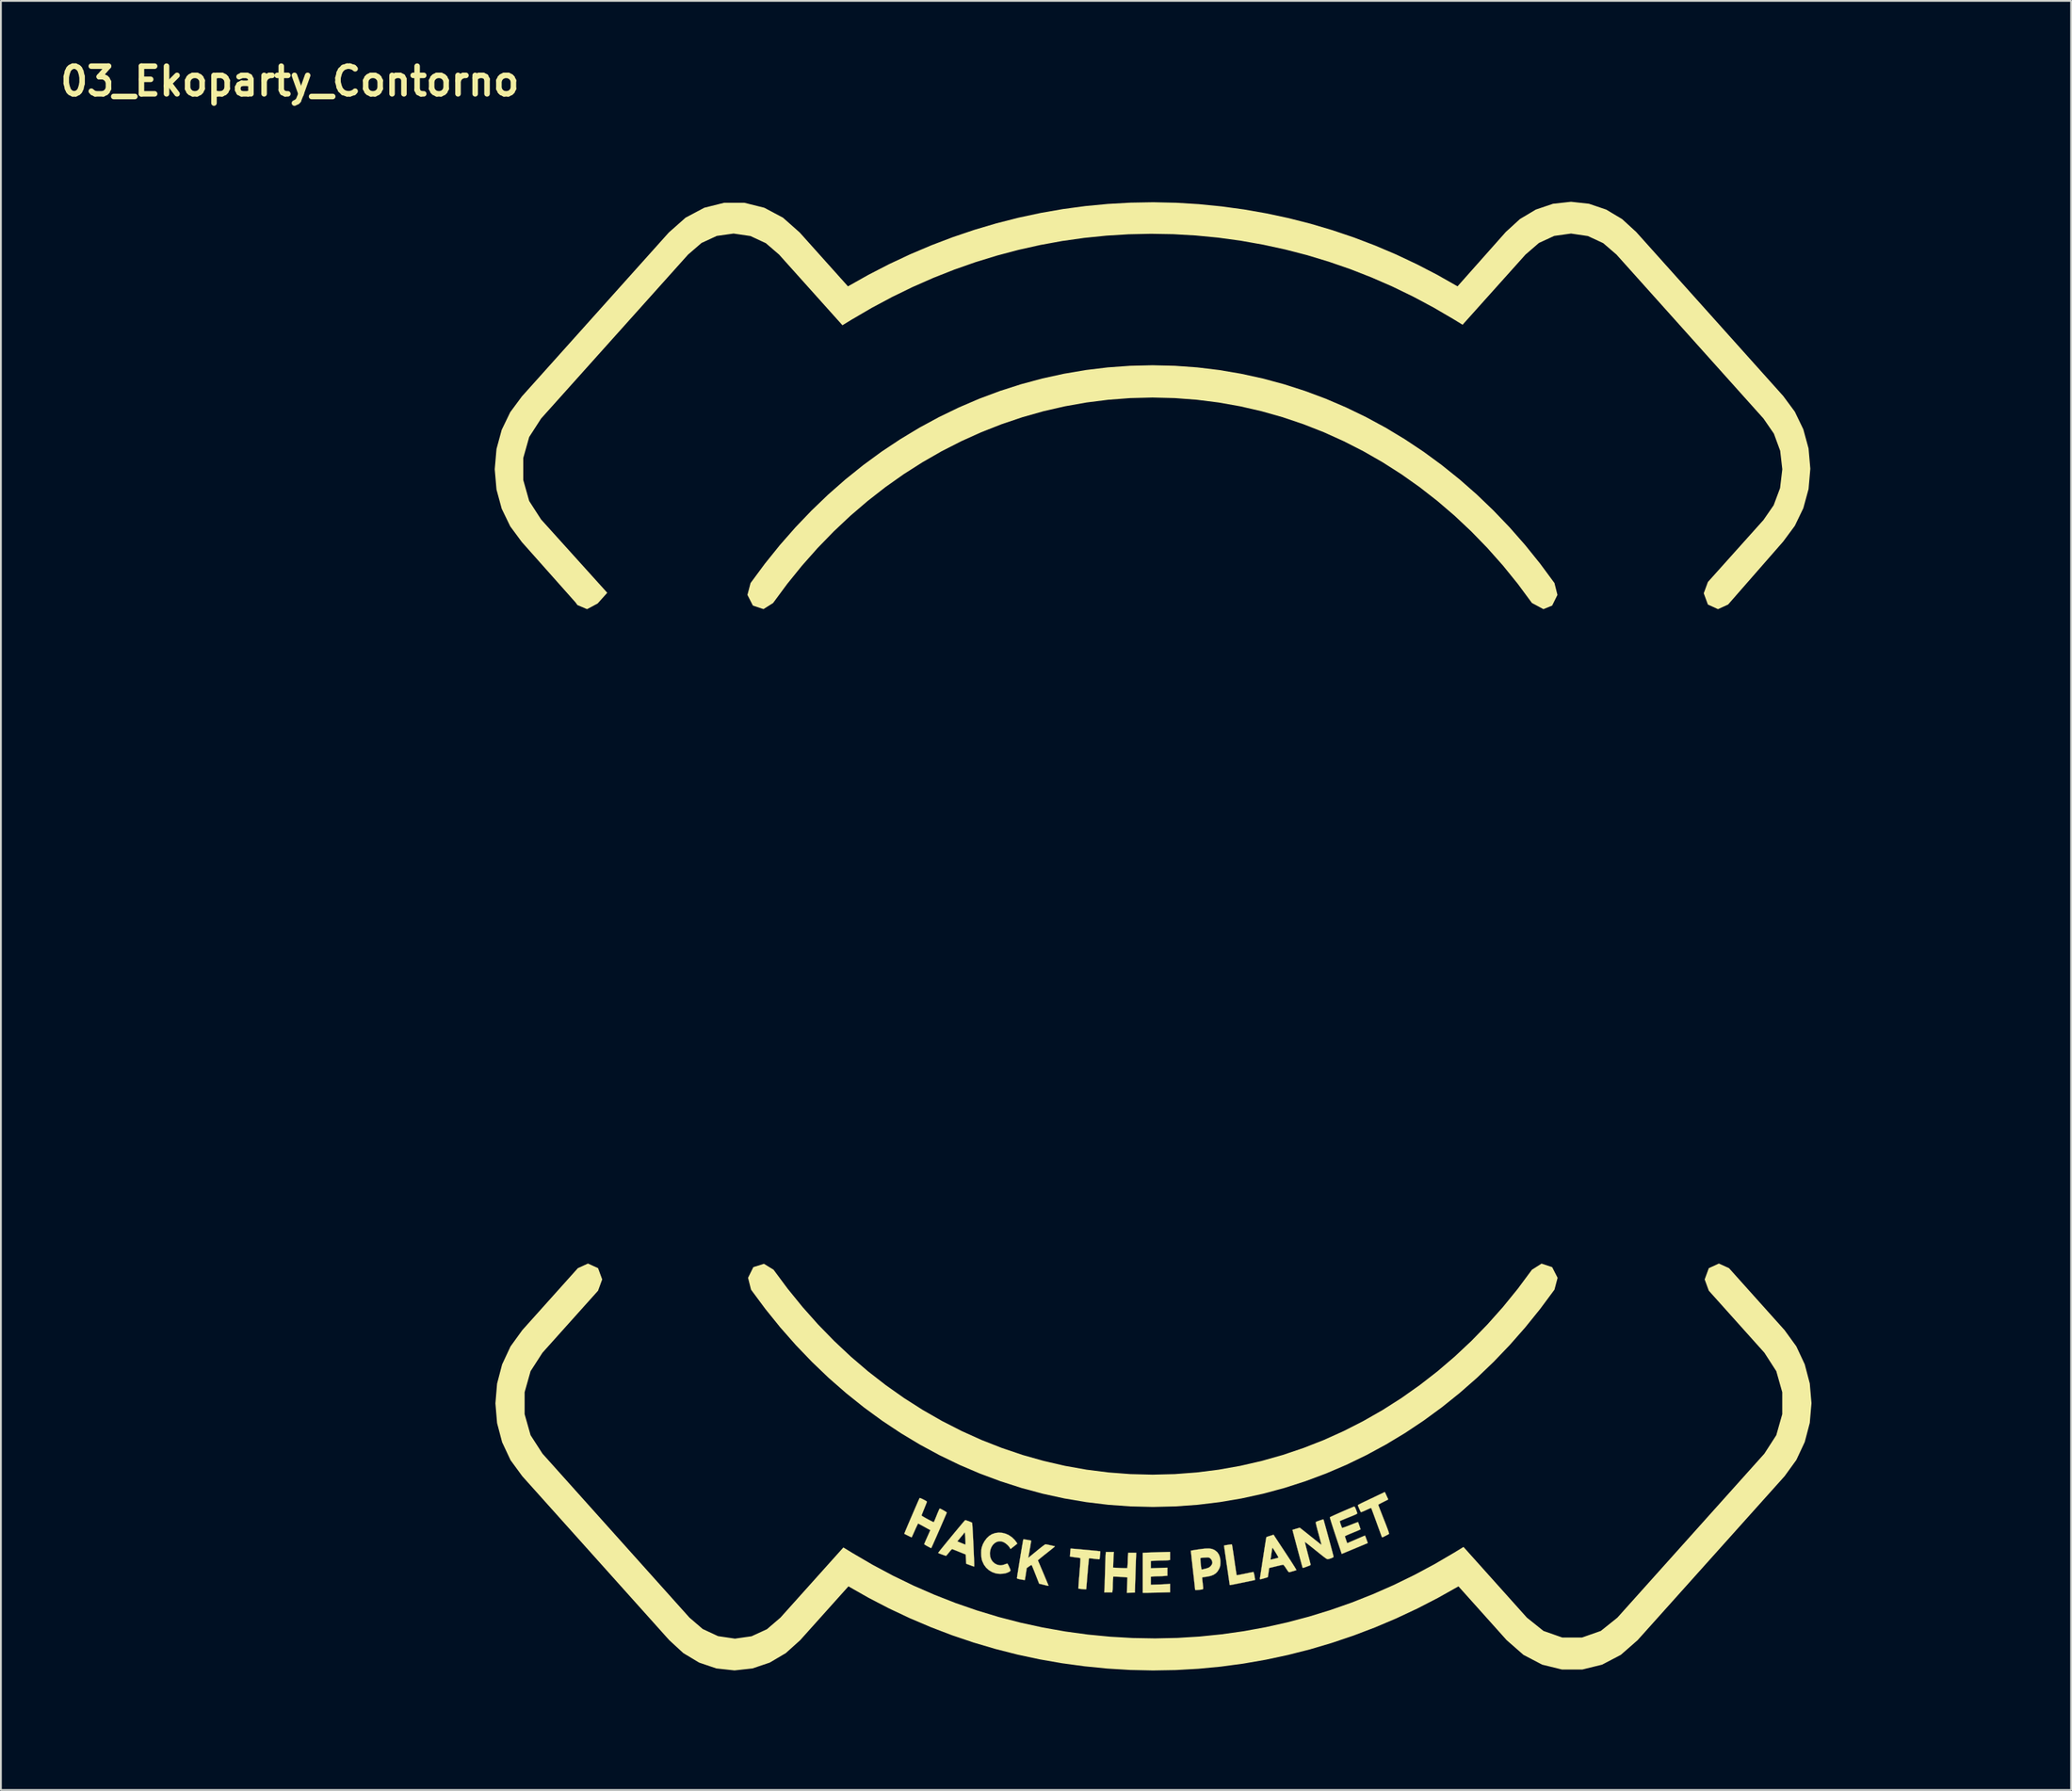
<source format=kicad_pcb>
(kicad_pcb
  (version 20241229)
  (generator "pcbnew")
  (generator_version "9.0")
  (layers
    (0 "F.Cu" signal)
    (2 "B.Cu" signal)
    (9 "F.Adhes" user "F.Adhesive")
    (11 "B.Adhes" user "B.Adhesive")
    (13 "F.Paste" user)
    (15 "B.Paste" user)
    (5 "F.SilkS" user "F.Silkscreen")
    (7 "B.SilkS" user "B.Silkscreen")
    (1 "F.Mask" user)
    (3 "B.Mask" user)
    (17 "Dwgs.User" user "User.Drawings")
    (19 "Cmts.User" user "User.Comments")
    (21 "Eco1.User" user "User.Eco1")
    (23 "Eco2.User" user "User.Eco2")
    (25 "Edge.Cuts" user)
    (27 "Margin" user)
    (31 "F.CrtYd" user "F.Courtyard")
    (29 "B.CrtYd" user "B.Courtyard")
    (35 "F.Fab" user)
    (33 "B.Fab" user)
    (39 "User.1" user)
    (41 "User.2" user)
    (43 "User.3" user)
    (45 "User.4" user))
  (footprint "03_Ekoparty_Contorno"
    (layer "F.Cu")
    (at 12.896 4.474)
    (property "Reference" "03_Ekoparty_Contorno" (at 0 -3.048 0) (layer "F.SilkS") (effects (font (size 1.524 1.524) (thickness 0.305))))
    (attr exclude_from_pos_files exclude_from_bom)
    (fp_poly (pts (xy 48.428 78.339) (xy 48.33 78.352) (xy 48.26 78.359) (xy 48.166 78.364) (xy 48.069 78.366) (xy 48.058 78.366) (xy 47.963 78.367) (xy 47.844 78.37) (xy 47.716 78.375) (xy 47.627 78.38) (xy 47.37 78.394) (xy 47.37 78.795) (xy 47.825 78.779) (xy 48.28 78.764) (xy 48.28 79.206) (xy 48.105 79.22) (xy 47.997 79.227) (xy 47.881 79.232) (xy 47.781 79.234) (xy 47.78 79.234) (xy 47.679 79.236) (xy 47.571 79.241) (xy 47.5 79.247) (xy 47.37 79.261) (xy 47.37 79.704) (xy 47.767 79.691) (xy 47.903 79.686) (xy 48.034 79.68) (xy 48.151 79.674) (xy 48.244 79.669) (xy 48.296 79.665) (xy 48.428 79.654) (xy 48.428 80.116) (xy 47.904 80.13) (xy 47.744 80.134) (xy 47.583 80.137) (xy 47.431 80.14) (xy 47.297 80.143) (xy 47.192 80.144) (xy 47.153 80.144) (xy 46.925 80.144) (xy 46.925 77.947) (xy 47.185 77.934) (xy 47.285 77.93) (xy 47.417 77.925) (xy 47.57 77.92) (xy 47.733 77.915) (xy 47.895 77.91) (xy 47.936 77.909) (xy 48.428 77.896) (xy 48.428 78.339)) (stroke (width 0.01) (type solid)) (fill yes) (layer "F.SilkS"))
    (fp_poly (pts (xy 45.328 77.98) (xy 45.324 78.028) (xy 45.319 78.109) (xy 45.314 78.214) (xy 45.309 78.333) (xy 45.306 78.41) (xy 45.294 78.761) (xy 45.565 78.775) (xy 45.681 78.781) (xy 45.793 78.785) (xy 45.89 78.788) (xy 45.954 78.789) (xy 46.073 78.789) (xy 46.086 78.678) (xy 46.093 78.6) (xy 46.098 78.501) (xy 46.1 78.401) (xy 46.1 78.398) (xy 46.102 78.291) (xy 46.107 78.178) (xy 46.114 78.085) (xy 46.127 77.943) (xy 46.565 77.943) (xy 46.552 78.265) (xy 46.548 78.365) (xy 46.544 78.499) (xy 46.538 78.66) (xy 46.532 78.84) (xy 46.526 79.032) (xy 46.52 79.228) (xy 46.516 79.361) (xy 46.491 80.133) (xy 46.271 80.139) (xy 46.051 80.145) (xy 46.066 79.723) (xy 46.081 79.3) (xy 45.99 79.289) (xy 45.935 79.284) (xy 45.849 79.278) (xy 45.742 79.271) (xy 45.625 79.265) (xy 45.6 79.264) (xy 45.302 79.251) (xy 45.288 79.428) (xy 45.281 79.539) (xy 45.276 79.66) (xy 45.275 79.765) (xy 45.275 79.765) (xy 45.273 79.86) (xy 45.268 79.954) (xy 45.261 80.024) (xy 45.247 80.123) (xy 44.806 80.123) (xy 44.818 79.98) (xy 44.821 79.927) (xy 44.825 79.837) (xy 44.83 79.716) (xy 44.835 79.569) (xy 44.84 79.403) (xy 44.845 79.222) (xy 44.851 79.032) (xy 44.851 79.001) (xy 44.857 78.811) (xy 44.862 78.629) (xy 44.867 78.461) (xy 44.872 78.313) (xy 44.877 78.189) (xy 44.881 78.096) (xy 44.885 78.038) (xy 44.885 78.032) (xy 44.897 77.9) (xy 45.338 77.9) (xy 45.328 77.98)) (stroke (width 0.01) (type solid)) (fill yes) (layer "F.SilkS"))
    (fp_poly (pts (xy 39.193 76.846) (xy 39.382 76.894) (xy 39.562 76.977) (xy 39.729 77.091) (xy 39.878 77.236) (xy 39.97 77.357) (xy 40.024 77.439) (xy 39.913 77.528) (xy 39.841 77.585) (xy 39.769 77.642) (xy 39.725 77.675) (xy 39.647 77.734) (xy 39.614 77.671) (xy 39.559 77.591) (xy 39.478 77.506) (xy 39.383 77.427) (xy 39.286 77.366) (xy 39.273 77.359) (xy 39.143 77.316) (xy 39.014 77.312) (xy 38.893 77.343) (xy 38.781 77.407) (xy 38.684 77.499) (xy 38.605 77.617) (xy 38.548 77.758) (xy 38.518 77.917) (xy 38.514 77.995) (xy 38.531 78.157) (xy 38.583 78.304) (xy 38.665 78.429) (xy 38.774 78.528) (xy 38.907 78.596) (xy 38.942 78.607) (xy 39.054 78.63) (xy 39.157 78.629) (xy 39.268 78.605) (xy 39.356 78.574) (xy 39.418 78.552) (xy 39.464 78.541) (xy 39.479 78.54) (xy 39.495 78.561) (xy 39.524 78.612) (xy 39.559 78.685) (xy 39.583 78.736) (xy 39.623 78.828) (xy 39.645 78.891) (xy 39.643 78.934) (xy 39.615 78.967) (xy 39.557 79) (xy 39.475 79.038) (xy 39.367 79.073) (xy 39.233 79.094) (xy 39.087 79.102) (xy 38.944 79.094) (xy 38.835 79.075) (xy 38.635 79.004) (xy 38.459 78.898) (xy 38.308 78.761) (xy 38.187 78.597) (xy 38.099 78.407) (xy 38.069 78.31) (xy 38.05 78.201) (xy 38.039 78.069) (xy 38.037 77.928) (xy 38.043 77.793) (xy 38.059 77.68) (xy 38.066 77.651) (xy 38.131 77.468) (xy 38.226 77.296) (xy 38.342 77.143) (xy 38.476 77.017) (xy 38.62 76.925) (xy 38.63 76.921) (xy 38.812 76.857) (xy 39.002 76.833) (xy 39.193 76.846)) (stroke (width 0.01) (type solid)) (fill yes) (layer "F.SilkS"))
    (fp_poly (pts (xy 51.829 77.484) (xy 51.835 77.508) (xy 51.847 77.569) (xy 51.862 77.662) (xy 51.881 77.784) (xy 51.904 77.93) (xy 51.928 78.095) (xy 51.954 78.274) (xy 51.963 78.334) (xy 51.989 78.517) (xy 52.014 78.687) (xy 52.037 78.838) (xy 52.056 78.967) (xy 52.072 79.07) (xy 52.084 79.141) (xy 52.091 79.176) (xy 52.092 79.178) (xy 52.114 79.177) (xy 52.172 79.168) (xy 52.259 79.152) (xy 52.368 79.13) (xy 52.495 79.105) (xy 52.545 79.094) (xy 52.678 79.067) (xy 52.796 79.042) (xy 52.895 79.023) (xy 52.968 79.009) (xy 53.008 79.002) (xy 53.013 79.001) (xy 53.024 79.02) (xy 53.04 79.071) (xy 53.057 79.142) (xy 53.073 79.224) (xy 53.087 79.305) (xy 53.097 79.375) (xy 53.1 79.424) (xy 53.097 79.441) (xy 53.075 79.447) (xy 53.017 79.46) (xy 52.93 79.479) (xy 52.82 79.502) (xy 52.691 79.529) (xy 52.551 79.558) (xy 52.405 79.588) (xy 52.26 79.617) (xy 52.12 79.645) (xy 51.993 79.671) (xy 51.884 79.692) (xy 51.799 79.708) (xy 51.744 79.718) (xy 51.726 79.721) (xy 51.709 79.706) (xy 51.709 79.705) (xy 51.706 79.681) (xy 51.697 79.62) (xy 51.684 79.525) (xy 51.665 79.4) (xy 51.643 79.249) (xy 51.618 79.076) (xy 51.59 78.885) (xy 51.56 78.681) (xy 51.551 78.621) (xy 51.521 78.413) (xy 51.492 78.219) (xy 51.467 78.042) (xy 51.444 77.886) (xy 51.426 77.755) (xy 51.411 77.652) (xy 51.402 77.583) (xy 51.398 77.55) (xy 51.398 77.548) (xy 51.423 77.54) (xy 51.478 77.528) (xy 51.553 77.516) (xy 51.635 77.503) (xy 51.715 77.492) (xy 51.781 77.485) (xy 51.822 77.483) (xy 51.829 77.484)) (stroke (width 0.01) (type solid)) (fill yes) (layer "F.SilkS"))
    (fp_poly (pts (xy 60.336 74.801) (xy 60.374 74.885) (xy 60.405 74.952) (xy 60.425 74.996) (xy 60.43 75.008) (xy 60.412 75.018) (xy 60.363 75.044) (xy 60.289 75.081) (xy 60.197 75.127) (xy 60.155 75.149) (xy 60.057 75.198) (xy 59.975 75.242) (xy 59.914 75.276) (xy 59.883 75.297) (xy 59.879 75.301) (xy 59.887 75.324) (xy 59.908 75.382) (xy 59.942 75.47) (xy 59.986 75.586) (xy 60.04 75.723) (xy 60.1 75.878) (xy 60.166 76.047) (xy 60.189 76.104) (xy 60.269 76.307) (xy 60.334 76.475) (xy 60.385 76.61) (xy 60.423 76.715) (xy 60.45 76.794) (xy 60.466 76.85) (xy 60.474 76.886) (xy 60.472 76.905) (xy 60.469 76.909) (xy 60.436 76.928) (xy 60.379 76.959) (xy 60.309 76.996) (xy 60.236 77.033) (xy 60.17 77.065) (xy 60.122 77.088) (xy 60.102 77.096) (xy 60.087 77.078) (xy 60.068 77.038) (xy 60.055 77.005) (xy 60.03 76.937) (xy 59.995 76.839) (xy 59.95 76.716) (xy 59.897 76.572) (xy 59.839 76.413) (xy 59.777 76.242) (xy 59.773 76.231) (xy 59.712 76.063) (xy 59.655 75.907) (xy 59.604 75.769) (xy 59.561 75.652) (xy 59.527 75.561) (xy 59.504 75.5) (xy 59.493 75.475) (xy 59.493 75.474) (xy 59.471 75.48) (xy 59.419 75.5) (xy 59.343 75.533) (xy 59.249 75.576) (xy 59.212 75.593) (xy 59.114 75.638) (xy 59.029 75.674) (xy 58.965 75.697) (xy 58.929 75.706) (xy 58.925 75.705) (xy 58.909 75.678) (xy 58.883 75.624) (xy 58.85 75.553) (xy 58.816 75.476) (xy 58.787 75.405) (xy 58.765 75.351) (xy 58.758 75.324) (xy 58.776 75.31) (xy 58.827 75.28) (xy 58.905 75.239) (xy 59.005 75.189) (xy 59.121 75.133) (xy 59.165 75.112) (xy 59.315 75.041) (xy 59.48 74.962) (xy 59.646 74.884) (xy 59.798 74.811) (xy 59.907 74.759) (xy 60.242 74.599) (xy 60.336 74.801)) (stroke (width 0.01) (type solid)) (fill yes) (layer "F.SilkS"))
    (fp_poly (pts (xy 42.98 77.712) (xy 43.038 77.716) (xy 43.128 77.723) (xy 43.243 77.733) (xy 43.377 77.744) (xy 43.526 77.758) (xy 43.684 77.772) (xy 43.845 77.787) (xy 44.003 77.802) (xy 44.153 77.816) (xy 44.289 77.83) (xy 44.407 77.842) (xy 44.499 77.852) (xy 44.561 77.859) (xy 44.587 77.863) (xy 44.588 77.863) (xy 44.589 77.887) (xy 44.586 77.941) (xy 44.58 78.015) (xy 44.572 78.098) (xy 44.563 78.178) (xy 44.555 78.246) (xy 44.548 78.289) (xy 44.545 78.298) (xy 44.521 78.3) (xy 44.463 78.296) (xy 44.379 78.288) (xy 44.278 78.276) (xy 44.256 78.273) (xy 44.152 78.261) (xy 44.064 78.252) (xy 44 78.247) (xy 43.968 78.248) (xy 43.967 78.249) (xy 43.962 78.271) (xy 43.955 78.332) (xy 43.946 78.426) (xy 43.934 78.548) (xy 43.92 78.694) (xy 43.906 78.86) (xy 43.891 79.04) (xy 43.885 79.101) (xy 43.87 79.285) (xy 43.856 79.456) (xy 43.843 79.608) (xy 43.833 79.738) (xy 43.824 79.84) (xy 43.818 79.911) (xy 43.815 79.945) (xy 43.815 79.948) (xy 43.794 79.951) (xy 43.74 79.95) (xy 43.66 79.946) (xy 43.564 79.938) (xy 43.525 79.934) (xy 43.455 79.926) (xy 43.403 79.917) (xy 43.384 79.911) (xy 43.383 79.888) (xy 43.386 79.828) (xy 43.392 79.735) (xy 43.4 79.613) (xy 43.411 79.467) (xy 43.424 79.303) (xy 43.439 79.123) (xy 43.443 79.075) (xy 43.46 78.863) (xy 43.474 78.677) (xy 43.485 78.52) (xy 43.492 78.395) (xy 43.495 78.304) (xy 43.495 78.251) (xy 43.492 78.237) (xy 43.464 78.229) (xy 43.403 78.218) (xy 43.321 78.206) (xy 43.257 78.198) (xy 43.159 78.186) (xy 43.07 78.174) (xy 43.004 78.164) (xy 42.98 78.16) (xy 42.919 78.148) (xy 42.934 77.934) (xy 42.941 77.844) (xy 42.948 77.771) (xy 42.955 77.724) (xy 42.958 77.712) (xy 42.98 77.712)) (stroke (width 0.01) (type solid)) (fill yes) (layer "F.SilkS"))
    (fp_poly (pts (xy 47.487 75.421) (xy 46.253 75.391) (xy 45.029 75.303) (xy 43.815 75.156) (xy 42.614 74.953) (xy 41.427 74.693) (xy 40.254 74.377) (xy 39.098 74.006) (xy 37.959 73.581) (xy 36.839 73.103) (xy 35.74 72.571) (xy 34.662 71.988) (xy 33.608 71.354) (xy 32.578 70.669) (xy 31.573 69.934) (xy 30.596 69.15) (xy 29.646 68.319) (xy 28.727 67.439) (xy 27.839 66.513) (xy 26.983 65.541) (xy 26.161 64.523) (xy 25.374 63.462) (xy 25.209 62.809) (xy 25.5 62.221) (xy 26.085 62.037) (xy 26.612 62.362) (xy 27.393 63.413) (xy 28.21 64.418) (xy 29.062 65.376) (xy 29.948 66.286) (xy 30.865 67.147) (xy 31.813 67.958) (xy 32.79 68.718) (xy 33.795 69.428) (xy 34.826 70.085) (xy 35.881 70.689) (xy 36.959 71.24) (xy 38.059 71.736) (xy 39.18 72.176) (xy 40.319 72.561) (xy 41.475 72.888) (xy 42.647 73.158) (xy 43.833 73.369) (xy 45.032 73.521) (xy 46.242 73.613) (xy 47.462 73.644) (xy 48.686 73.613) (xy 49.899 73.521) (xy 51.101 73.369) (xy 52.29 73.158) (xy 53.464 72.888) (xy 54.622 72.561) (xy 55.763 72.176) (xy 56.885 71.736) (xy 57.986 71.24) (xy 59.065 70.689) (xy 60.122 70.085) (xy 61.153 69.428) (xy 62.158 68.718) (xy 63.136 67.958) (xy 64.084 67.147) (xy 65.002 66.286) (xy 65.887 65.376) (xy 66.74 64.418) (xy 67.557 63.413) (xy 68.337 62.362) (xy 68.865 62.027) (xy 69.449 62.221) (xy 69.749 62.809) (xy 69.576 63.462) (xy 68.789 64.523) (xy 67.967 65.541) (xy 67.112 66.513) (xy 66.225 67.439) (xy 65.307 68.319) (xy 64.359 69.15) (xy 63.383 69.934) (xy 62.38 70.669) (xy 61.352 71.354) (xy 60.299 71.988) (xy 59.223 72.571) (xy 58.125 73.103) (xy 57.007 73.581) (xy 55.87 74.006) (xy 54.716 74.377) (xy 53.544 74.693) (xy 52.358 74.953) (xy 51.158 75.156) (xy 49.945 75.303) (xy 48.721 75.391) (xy 47.487 75.421)) (stroke (width 0) (type solid)) (fill yes) (layer "F.SilkS"))
    (fp_poly (pts (xy 68.969 26.005) (xy 68.337 25.667) (xy 67.557 24.611) (xy 66.74 23.602) (xy 65.887 22.641) (xy 65.002 21.729) (xy 64.084 20.865) (xy 63.136 20.052) (xy 62.158 19.289) (xy 61.153 18.578) (xy 60.122 17.92) (xy 59.065 17.314) (xy 57.986 16.763) (xy 56.885 16.266) (xy 55.763 15.825) (xy 54.622 15.44) (xy 53.464 15.112) (xy 52.29 14.842) (xy 51.101 14.631) (xy 49.899 14.479) (xy 48.686 14.387) (xy 47.462 14.356) (xy 46.238 14.387) (xy 45.025 14.479) (xy 43.823 14.631) (xy 42.634 14.842) (xy 41.46 15.112) (xy 40.302 15.44) (xy 39.161 15.825) (xy 38.04 16.266) (xy 36.938 16.763) (xy 35.859 17.314) (xy 34.803 17.92) (xy 33.771 18.578) (xy 32.766 19.289) (xy 31.789 20.052) (xy 30.84 20.865) (xy 29.922 21.729) (xy 29.037 22.641) (xy 28.185 23.602) (xy 27.368 24.611) (xy 26.587 25.667) (xy 26.059 26.002) (xy 25.475 25.808) (xy 25.175 25.219) (xy 25.348 24.567) (xy 26.136 23.501) (xy 26.958 22.48) (xy 27.814 21.505) (xy 28.702 20.576) (xy 29.621 19.694) (xy 30.57 18.86) (xy 31.548 18.074) (xy 32.552 17.338) (xy 33.583 16.652) (xy 34.637 16.016) (xy 35.715 15.432) (xy 36.814 14.9) (xy 37.934 14.42) (xy 39.072 13.995) (xy 40.229 13.624) (xy 41.401 13.308) (xy 42.589 13.048) (xy 43.79 12.844) (xy 45.004 12.697) (xy 46.228 12.609) (xy 47.462 12.579) (xy 48.696 12.609) (xy 49.921 12.697) (xy 51.134 12.844) (xy 52.335 13.048) (xy 53.523 13.308) (xy 54.695 13.624) (xy 55.852 13.995) (xy 56.99 14.42) (xy 58.11 14.9) (xy 59.209 15.432) (xy 60.287 16.016) (xy 61.342 16.652) (xy 62.372 17.338) (xy 63.376 18.074) (xy 64.354 18.86) (xy 65.303 19.694) (xy 66.222 20.576) (xy 67.111 21.505) (xy 67.967 22.48) (xy 68.789 23.501) (xy 69.576 24.567) (xy 69.74 25.219) (xy 69.449 25.808) (xy 68.969 26.005)) (stroke (width 0) (type solid)) (fill yes) (layer "F.SilkS"))
    (fp_poly (pts (xy 37.186 76.152) (xy 37.244 76.17) (xy 37.318 76.196) (xy 37.395 76.225) (xy 37.465 76.255) (xy 37.517 76.279) (xy 37.535 76.292) (xy 37.54 76.316) (xy 37.546 76.378) (xy 37.553 76.474) (xy 37.561 76.601) (xy 37.571 76.754) (xy 37.58 76.93) (xy 37.59 77.123) (xy 37.6 77.331) (xy 37.603 77.406) (xy 37.615 77.673) (xy 37.626 77.901) (xy 37.634 78.093) (xy 37.641 78.251) (xy 37.646 78.38) (xy 37.649 78.482) (xy 37.651 78.56) (xy 37.652 78.617) (xy 37.651 78.657) (xy 37.649 78.682) (xy 37.646 78.696) (xy 37.643 78.702) (xy 37.639 78.702) (xy 37.613 78.694) (xy 37.557 78.674) (xy 37.48 78.646) (xy 37.418 78.623) (xy 37.214 78.547) (xy 37.199 78.292) (xy 37.184 78.037) (xy 36.832 77.895) (xy 36.716 77.848) (xy 36.613 77.807) (xy 36.529 77.774) (xy 36.471 77.751) (xy 36.448 77.742) (xy 36.419 77.752) (xy 36.37 77.798) (xy 36.3 77.88) (xy 36.268 77.92) (xy 36.207 77.996) (xy 36.155 78.057) (xy 36.116 78.098) (xy 36.099 78.111) (xy 36.073 78.104) (xy 36.018 78.086) (xy 35.945 78.06) (xy 35.863 78.031) (xy 35.785 78.002) (xy 35.72 77.976) (xy 35.678 77.958) (xy 35.669 77.953) (xy 35.68 77.936) (xy 35.715 77.889) (xy 35.771 77.817) (xy 35.846 77.724) (xy 35.936 77.612) (xy 36.039 77.486) (xy 36.15 77.349) (xy 36.178 77.315) (xy 36.721 77.315) (xy 36.939 77.405) (xy 37.027 77.441) (xy 37.1 77.47) (xy 37.15 77.49) (xy 37.168 77.496) (xy 37.171 77.477) (xy 37.173 77.425) (xy 37.173 77.349) (xy 37.171 77.292) (xy 37.167 77.183) (xy 37.16 77.071) (xy 37.153 76.976) (xy 37.15 76.95) (xy 37.136 76.815) (xy 36.721 77.315) (xy 36.178 77.315) (xy 36.269 77.205) (xy 36.391 77.056) (xy 36.513 76.908) (xy 36.633 76.763) (xy 36.747 76.626) (xy 36.853 76.498) (xy 36.948 76.386) (xy 37.029 76.29) (xy 37.092 76.217) (xy 37.135 76.168) (xy 37.155 76.148) (xy 37.156 76.148) (xy 37.186 76.152)) (stroke (width 0.01) (type solid)) (fill yes) (layer "F.SilkS"))
    (fp_poly (pts (xy 50.602 77.71) (xy 50.702 77.725) (xy 50.789 77.752) (xy 50.871 77.791) (xy 50.908 77.813) (xy 51.026 77.912) (xy 51.114 78.041) (xy 51.171 78.197) (xy 51.197 78.38) (xy 51.197 78.503) (xy 51.191 78.607) (xy 51.179 78.684) (xy 51.158 78.753) (xy 51.125 78.828) (xy 51.12 78.838) (xy 51.042 78.968) (xy 50.945 79.071) (xy 50.825 79.151) (xy 50.677 79.21) (xy 50.496 79.251) (xy 50.414 79.263) (xy 50.325 79.275) (xy 50.253 79.287) (xy 50.207 79.296) (xy 50.196 79.3) (xy 50.195 79.324) (xy 50.198 79.381) (xy 50.205 79.464) (xy 50.216 79.563) (xy 50.217 79.574) (xy 50.229 79.68) (xy 50.239 79.776) (xy 50.246 79.85) (xy 50.248 79.893) (xy 50.248 79.893) (xy 50.246 79.922) (xy 50.234 79.942) (xy 50.206 79.956) (xy 50.155 79.967) (xy 50.074 79.976) (xy 49.968 79.986) (xy 49.886 79.992) (xy 49.836 79.992) (xy 49.812 79.985) (xy 49.805 79.969) (xy 49.804 79.96) (xy 49.802 79.932) (xy 49.795 79.866) (xy 49.784 79.767) (xy 49.77 79.637) (xy 49.753 79.483) (xy 49.734 79.307) (xy 49.712 79.115) (xy 49.688 78.91) (xy 49.685 78.879) (xy 49.662 78.673) (xy 49.64 78.481) (xy 49.621 78.306) (xy 49.616 78.26) (xy 50.094 78.26) (xy 50.096 78.319) (xy 50.102 78.405) (xy 50.111 78.51) (xy 50.116 78.562) (xy 50.13 78.684) (xy 50.141 78.77) (xy 50.151 78.825) (xy 50.162 78.855) (xy 50.174 78.866) (xy 50.183 78.866) (xy 50.219 78.857) (xy 50.284 78.841) (xy 50.363 78.822) (xy 50.371 78.821) (xy 50.457 78.796) (xy 50.537 78.767) (xy 50.592 78.739) (xy 50.592 78.739) (xy 50.666 78.674) (xy 50.723 78.596) (xy 50.753 78.517) (xy 50.757 78.488) (xy 50.739 78.395) (xy 50.693 78.307) (xy 50.628 78.24) (xy 50.621 78.235) (xy 50.587 78.216) (xy 50.549 78.205) (xy 50.498 78.201) (xy 50.424 78.202) (xy 50.333 78.207) (xy 50.24 78.213) (xy 50.163 78.221) (xy 50.113 78.229) (xy 50.097 78.235) (xy 50.094 78.26) (xy 49.616 78.26) (xy 49.604 78.152) (xy 49.591 78.023) (xy 49.581 77.924) (xy 49.575 77.858) (xy 49.573 77.829) (xy 49.574 77.828) (xy 49.596 77.822) (xy 49.654 77.812) (xy 49.74 77.797) (xy 49.847 77.78) (xy 49.963 77.762) (xy 50.17 77.733) (xy 50.341 77.714) (xy 50.483 77.707) (xy 50.602 77.71)) (stroke (width 0.01) (type solid)) (fill yes) (layer "F.SilkS"))
    (fp_poly (pts (xy 54.173 77.029) (xy 54.194 77.062) (xy 54.236 77.126) (xy 54.297 77.218) (xy 54.373 77.334) (xy 54.463 77.471) (xy 54.564 77.624) (xy 54.674 77.79) (xy 54.79 77.966) (xy 54.808 77.993) (xy 54.922 78.167) (xy 55.029 78.33) (xy 55.125 78.478) (xy 55.208 78.61) (xy 55.278 78.72) (xy 55.33 78.807) (xy 55.364 78.865) (xy 55.378 78.893) (xy 55.377 78.895) (xy 55.35 78.907) (xy 55.293 78.926) (xy 55.216 78.949) (xy 55.191 78.956) (xy 55.108 78.979) (xy 55.038 78.999) (xy 54.993 79.012) (xy 54.987 79.013) (xy 54.964 79.007) (xy 54.93 78.975) (xy 54.884 78.913) (xy 54.821 78.817) (xy 54.817 78.812) (xy 54.762 78.729) (xy 54.712 78.661) (xy 54.673 78.616) (xy 54.651 78.6) (xy 54.621 78.605) (xy 54.557 78.619) (xy 54.467 78.639) (xy 54.357 78.665) (xy 54.249 78.691) (xy 53.879 78.781) (xy 53.845 79.029) (xy 53.831 79.126) (xy 53.819 79.207) (xy 53.809 79.263) (xy 53.803 79.285) (xy 53.779 79.295) (xy 53.725 79.312) (xy 53.652 79.334) (xy 53.571 79.357) (xy 53.494 79.379) (xy 53.43 79.395) (xy 53.392 79.403) (xy 53.388 79.403) (xy 53.37 79.385) (xy 53.372 79.345) (xy 53.377 79.313) (xy 53.388 79.244) (xy 53.404 79.141) (xy 53.425 79.008) (xy 53.449 78.851) (xy 53.476 78.672) (xy 53.506 78.476) (xy 53.533 78.298) (xy 53.954 78.298) (xy 53.954 78.311) (xy 53.967 78.316) (xy 53.996 78.314) (xy 54.05 78.302) (xy 54.135 78.282) (xy 54.224 78.259) (xy 54.3 78.24) (xy 54.359 78.222) (xy 54.389 78.211) (xy 54.391 78.21) (xy 54.384 78.189) (xy 54.359 78.141) (xy 54.321 78.072) (xy 54.273 77.991) (xy 54.221 77.905) (xy 54.17 77.823) (xy 54.123 77.751) (xy 54.087 77.697) (xy 54.064 77.669) (xy 54.061 77.667) (xy 54.052 77.687) (xy 54.041 77.741) (xy 54.027 77.822) (xy 54.012 77.921) (xy 54.008 77.948) (xy 53.993 78.056) (xy 53.979 78.153) (xy 53.968 78.229) (xy 53.96 78.273) (xy 53.959 78.277) (xy 53.954 78.298) (xy 53.533 78.298) (xy 53.538 78.268) (xy 53.55 78.19) (xy 53.582 77.979) (xy 53.612 77.782) (xy 53.64 77.601) (xy 53.666 77.441) (xy 53.687 77.306) (xy 53.705 77.199) (xy 53.718 77.124) (xy 53.725 77.086) (xy 53.727 77.082) (xy 53.75 77.072) (xy 53.805 77.052) (xy 53.881 77.027) (xy 53.93 77.012) (xy 54.124 76.951) (xy 54.173 77.029)) (stroke (width 0.01) (type solid)) (fill yes) (layer "F.SilkS"))
    (fp_poly (pts (xy 58.584 75.415) (xy 58.613 75.464) (xy 58.647 75.541) (xy 58.685 75.64) (xy 58.723 75.752) (xy 58.724 75.755) (xy 58.726 75.77) (xy 58.719 75.785) (xy 58.698 75.802) (xy 58.66 75.823) (xy 58.6 75.851) (xy 58.514 75.888) (xy 58.397 75.936) (xy 58.25 75.995) (xy 58.116 76.049) (xy 57.997 76.099) (xy 57.896 76.141) (xy 57.82 76.174) (xy 57.774 76.196) (xy 57.763 76.204) (xy 57.769 76.233) (xy 57.787 76.29) (xy 57.81 76.363) (xy 57.837 76.439) (xy 57.861 76.507) (xy 57.881 76.556) (xy 57.889 76.573) (xy 57.913 76.571) (xy 57.969 76.554) (xy 58.053 76.525) (xy 58.159 76.487) (xy 58.28 76.44) (xy 58.334 76.419) (xy 58.459 76.369) (xy 58.571 76.325) (xy 58.662 76.29) (xy 58.729 76.266) (xy 58.764 76.254) (xy 58.769 76.254) (xy 58.779 76.276) (xy 58.798 76.328) (xy 58.823 76.399) (xy 58.85 76.477) (xy 58.875 76.551) (xy 58.895 76.612) (xy 58.905 76.647) (xy 58.906 76.651) (xy 58.887 76.663) (xy 58.834 76.689) (xy 58.754 76.725) (xy 58.65 76.769) (xy 58.53 76.818) (xy 58.471 76.842) (xy 58.333 76.899) (xy 58.217 76.948) (xy 58.128 76.989) (xy 58.069 77.02) (xy 58.044 77.038) (xy 58.044 77.04) (xy 58.054 77.07) (xy 58.074 77.13) (xy 58.1 77.207) (xy 58.111 77.239) (xy 58.137 77.317) (xy 58.16 77.377) (xy 58.174 77.41) (xy 58.177 77.413) (xy 58.198 77.405) (xy 58.252 77.382) (xy 58.334 77.347) (xy 58.439 77.302) (xy 58.562 77.249) (xy 58.667 77.203) (xy 58.799 77.146) (xy 58.918 77.094) (xy 59.018 77.052) (xy 59.094 77.02) (xy 59.141 77.002) (xy 59.153 76.998) (xy 59.162 77.019) (xy 59.182 77.071) (xy 59.21 77.145) (xy 59.232 77.205) (xy 59.305 77.406) (xy 58.655 77.678) (xy 58.497 77.744) (xy 58.348 77.806) (xy 58.215 77.862) (xy 58.102 77.909) (xy 58.014 77.946) (xy 57.957 77.97) (xy 57.939 77.977) (xy 57.872 78.005) (xy 57.54 77.01) (xy 57.475 76.814) (xy 57.414 76.629) (xy 57.36 76.46) (xy 57.312 76.311) (xy 57.273 76.185) (xy 57.244 76.087) (xy 57.225 76.021) (xy 57.218 75.991) (xy 57.219 75.989) (xy 57.239 75.977) (xy 57.293 75.95) (xy 57.375 75.912) (xy 57.479 75.864) (xy 57.601 75.809) (xy 57.734 75.75) (xy 57.874 75.688) (xy 58.014 75.627) (xy 58.15 75.569) (xy 58.276 75.515) (xy 58.385 75.469) (xy 58.474 75.432) (xy 58.537 75.408) (xy 58.564 75.399) (xy 58.584 75.415)) (stroke (width 0.01) (type solid)) (fill yes) (layer "F.SilkS"))
    (fp_poly (pts (xy 40.431 77.21) (xy 40.504 77.22) (xy 40.586 77.234) (xy 40.666 77.248) (xy 40.732 77.261) (xy 40.774 77.271) (xy 40.783 77.275) (xy 40.782 77.297) (xy 40.774 77.353) (xy 40.761 77.436) (xy 40.745 77.539) (xy 40.726 77.654) (xy 40.705 77.774) (xy 40.685 77.891) (xy 40.666 77.999) (xy 40.649 78.09) (xy 40.636 78.157) (xy 40.628 78.191) (xy 40.628 78.191) (xy 40.625 78.215) (xy 40.628 78.218) (xy 40.646 78.205) (xy 40.692 78.168) (xy 40.762 78.112) (xy 40.852 78.038) (xy 40.958 77.952) (xy 41.075 77.856) (xy 41.085 77.847) (xy 41.204 77.75) (xy 41.314 77.662) (xy 41.411 77.587) (xy 41.489 77.529) (xy 41.545 77.491) (xy 41.573 77.477) (xy 41.574 77.477) (xy 41.608 77.481) (xy 41.671 77.493) (xy 41.753 77.509) (xy 41.843 77.529) (xy 41.932 77.549) (xy 42.01 77.567) (xy 42.067 77.582) (xy 42.093 77.591) (xy 42.093 77.591) (xy 42.079 77.605) (xy 42.036 77.642) (xy 41.968 77.699) (xy 41.878 77.771) (xy 41.771 77.856) (xy 41.651 77.951) (xy 41.624 77.973) (xy 41.501 78.069) (xy 41.392 78.157) (xy 41.298 78.234) (xy 41.224 78.296) (xy 41.175 78.339) (xy 41.155 78.36) (xy 41.154 78.362) (xy 41.166 78.386) (xy 41.191 78.444) (xy 41.227 78.529) (xy 41.273 78.636) (xy 41.325 78.76) (xy 41.383 78.896) (xy 41.443 79.038) (xy 41.503 79.18) (xy 41.56 79.318) (xy 41.614 79.446) (xy 41.661 79.558) (xy 41.699 79.65) (xy 41.725 79.715) (xy 41.739 79.748) (xy 41.74 79.751) (xy 41.735 79.758) (xy 41.718 79.76) (xy 41.682 79.754) (xy 41.621 79.741) (xy 41.528 79.718) (xy 41.456 79.7) (xy 41.225 79.643) (xy 41.026 79.137) (xy 40.972 78.999) (xy 40.922 78.874) (xy 40.879 78.768) (xy 40.844 78.686) (xy 40.821 78.634) (xy 40.812 78.616) (xy 40.789 78.62) (xy 40.742 78.645) (xy 40.681 78.686) (xy 40.669 78.694) (xy 40.541 78.786) (xy 40.492 79.11) (xy 40.475 79.222) (xy 40.459 79.318) (xy 40.447 79.392) (xy 40.439 79.434) (xy 40.437 79.442) (xy 40.414 79.442) (xy 40.36 79.435) (xy 40.282 79.422) (xy 40.217 79.411) (xy 40.116 79.391) (xy 40.052 79.374) (xy 40.016 79.358) (xy 40.004 79.341) (xy 40.004 79.338) (xy 40.007 79.308) (xy 40.017 79.243) (xy 40.031 79.146) (xy 40.051 79.023) (xy 40.074 78.878) (xy 40.1 78.716) (xy 40.128 78.543) (xy 40.157 78.362) (xy 40.187 78.179) (xy 40.217 77.998) (xy 40.246 77.824) (xy 40.273 77.663) (xy 40.298 77.518) (xy 40.319 77.395) (xy 40.336 77.299) (xy 40.348 77.234) (xy 40.354 77.205) (xy 40.354 77.204) (xy 40.377 77.204) (xy 40.431 77.21)) (stroke (width 0.01) (type solid)) (fill yes) (layer "F.SilkS"))
    (fp_poly (pts (xy 34.674 74.931) (xy 34.724 74.95) (xy 34.792 74.98) (xy 34.867 75.017) (xy 34.94 75.055) (xy 35.001 75.091) (xy 35.041 75.119) (xy 35.051 75.131) (xy 35.043 75.155) (xy 35.022 75.212) (xy 34.99 75.295) (xy 34.949 75.398) (xy 34.903 75.511) (xy 34.856 75.627) (xy 34.815 75.729) (xy 34.783 75.811) (xy 34.762 75.867) (xy 34.755 75.89) (xy 34.772 75.907) (xy 34.82 75.939) (xy 34.891 75.982) (xy 34.978 76.032) (xy 35.073 76.084) (xy 35.17 76.136) (xy 35.261 76.184) (xy 35.339 76.222) (xy 35.397 76.248) (xy 35.428 76.258) (xy 35.43 76.257) (xy 35.443 76.232) (xy 35.469 76.175) (xy 35.504 76.091) (xy 35.546 75.987) (xy 35.592 75.873) (xy 35.638 75.758) (xy 35.681 75.658) (xy 35.716 75.579) (xy 35.742 75.527) (xy 35.756 75.508) (xy 35.787 75.518) (xy 35.842 75.544) (xy 35.911 75.58) (xy 35.984 75.621) (xy 36.053 75.662) (xy 36.107 75.698) (xy 36.139 75.723) (xy 36.143 75.731) (xy 36.12 75.786) (xy 36.085 75.872) (xy 36.037 75.982) (xy 35.981 76.113) (xy 35.917 76.26) (xy 35.848 76.42) (xy 35.776 76.586) (xy 35.702 76.756) (xy 35.628 76.924) (xy 35.557 77.086) (xy 35.49 77.237) (xy 35.429 77.374) (xy 35.377 77.492) (xy 35.334 77.585) (xy 35.304 77.651) (xy 35.288 77.684) (xy 35.286 77.687) (xy 35.263 77.677) (xy 35.211 77.651) (xy 35.14 77.614) (xy 35.088 77.587) (xy 35.01 77.543) (xy 34.948 77.505) (xy 34.911 77.478) (xy 34.903 77.468) (xy 34.911 77.443) (xy 34.934 77.387) (xy 34.968 77.307) (xy 35.009 77.212) (xy 35.023 77.183) (xy 35.071 77.074) (xy 35.119 76.968) (xy 35.159 76.877) (xy 35.188 76.812) (xy 35.191 76.807) (xy 35.239 76.697) (xy 34.911 76.516) (xy 34.804 76.457) (xy 34.71 76.406) (xy 34.635 76.366) (xy 34.585 76.341) (xy 34.567 76.334) (xy 34.554 76.352) (xy 34.527 76.404) (xy 34.489 76.482) (xy 34.442 76.581) (xy 34.391 76.696) (xy 34.385 76.71) (xy 34.333 76.826) (xy 34.287 76.929) (xy 34.25 77.011) (xy 34.224 77.068) (xy 34.212 77.093) (xy 34.212 77.093) (xy 34.193 77.087) (xy 34.146 77.066) (xy 34.08 77.034) (xy 34.005 76.998) (xy 33.931 76.961) (xy 33.866 76.928) (xy 33.821 76.903) (xy 33.806 76.894) (xy 33.813 76.874) (xy 33.835 76.82) (xy 33.869 76.736) (xy 33.915 76.627) (xy 33.97 76.496) (xy 34.032 76.35) (xy 34.1 76.191) (xy 34.171 76.025) (xy 34.244 75.856) (xy 34.316 75.688) (xy 34.386 75.526) (xy 34.452 75.375) (xy 34.511 75.238) (xy 34.562 75.121) (xy 34.604 75.028) (xy 34.633 74.964) (xy 34.649 74.932) (xy 34.65 74.929) (xy 34.674 74.931)) (stroke (width 0.01) (type solid)) (fill yes) (layer "F.SilkS"))
    (fp_poly (pts (xy 56.865 76.106) (xy 56.873 76.128) (xy 56.89 76.187) (xy 56.915 76.276) (xy 56.948 76.393) (xy 56.986 76.531) (xy 57.029 76.686) (xy 57.075 76.854) (xy 57.123 77.029) (xy 57.171 77.207) (xy 57.219 77.383) (xy 57.265 77.553) (xy 57.307 77.711) (xy 57.345 77.853) (xy 57.377 77.974) (xy 57.401 78.07) (xy 57.418 78.135) (xy 57.424 78.165) (xy 57.424 78.165) (xy 57.405 78.187) (xy 57.356 78.215) (xy 57.287 78.245) (xy 57.208 78.271) (xy 57.13 78.291) (xy 57.126 78.291) (xy 57.106 78.294) (xy 57.085 78.292) (xy 57.059 78.283) (xy 57.025 78.265) (xy 56.979 78.235) (xy 56.918 78.19) (xy 56.839 78.129) (xy 56.737 78.049) (xy 56.61 77.947) (xy 56.453 77.821) (xy 56.45 77.819) (xy 56.313 77.708) (xy 56.186 77.607) (xy 56.073 77.518) (xy 55.979 77.443) (xy 55.906 77.387) (xy 55.859 77.351) (xy 55.841 77.339) (xy 55.841 77.339) (xy 55.844 77.36) (xy 55.857 77.417) (xy 55.879 77.505) (xy 55.907 77.618) (xy 55.942 77.752) (xy 55.981 77.901) (xy 55.992 77.946) (xy 56.033 78.1) (xy 56.07 78.242) (xy 56.103 78.367) (xy 56.129 78.469) (xy 56.147 78.542) (xy 56.157 78.582) (xy 56.158 78.586) (xy 56.15 78.619) (xy 56.108 78.645) (xy 56.091 78.652) (xy 56.032 78.673) (xy 55.952 78.703) (xy 55.873 78.733) (xy 55.791 78.762) (xy 55.742 78.772) (xy 55.721 78.765) (xy 55.72 78.762) (xy 55.71 78.73) (xy 55.691 78.663) (xy 55.664 78.566) (xy 55.631 78.443) (xy 55.592 78.3) (xy 55.549 78.141) (xy 55.503 77.971) (xy 55.456 77.794) (xy 55.408 77.616) (xy 55.361 77.44) (xy 55.317 77.272) (xy 55.275 77.116) (xy 55.239 76.977) (xy 55.208 76.859) (xy 55.184 76.768) (xy 55.169 76.708) (xy 55.163 76.684) (xy 55.164 76.683) (xy 55.185 76.675) (xy 55.238 76.659) (xy 55.314 76.636) (xy 55.367 76.62) (xy 55.563 76.563) (xy 55.673 76.649) (xy 55.719 76.685) (xy 55.792 76.742) (xy 55.887 76.818) (xy 55.999 76.907) (xy 56.122 77.006) (xy 56.251 77.109) (xy 56.27 77.124) (xy 56.394 77.223) (xy 56.506 77.312) (xy 56.602 77.388) (xy 56.679 77.449) (xy 56.733 77.491) (xy 56.759 77.51) (xy 56.761 77.511) (xy 56.756 77.491) (xy 56.742 77.435) (xy 56.719 77.348) (xy 56.689 77.235) (xy 56.653 77.101) (xy 56.612 76.952) (xy 56.595 76.887) (xy 56.545 76.705) (xy 56.507 76.559) (xy 56.479 76.447) (xy 56.46 76.364) (xy 56.449 76.306) (xy 56.446 76.27) (xy 56.45 76.251) (xy 56.454 76.247) (xy 56.491 76.229) (xy 56.554 76.204) (xy 56.629 76.176) (xy 56.709 76.149) (xy 56.781 76.126) (xy 56.836 76.11) (xy 56.864 76.106) (xy 56.865 76.106)) (stroke (width 0.01) (type solid)) (fill yes) (layer "F.SilkS"))
    (fp_poly (pts (xy 24.464 84.418) (xy 23.463 84.309) (xy 22.518 83.988) (xy 21.649 83.466) (xy 20.875 82.754) (xy 12.788 73.728) (xy 12.141 72.843) (xy 11.679 71.857) (xy 11.402 70.806) (xy 11.31 69.72) (xy 11.402 68.632) (xy 11.679 67.576) (xy 12.141 66.585) (xy 12.788 65.69) (xy 15.846 62.277) (xy 16.402 62.023) (xy 16.958 62.277) (xy 17.185 62.897) (xy 16.958 63.518) (xy 13.9 66.931) (xy 13.245 67.947) (xy 12.917 69.106) (xy 12.917 70.312) (xy 13.245 71.471) (xy 13.9 72.487) (xy 21.987 81.513) (xy 22.715 82.139) (xy 23.56 82.532) (xy 24.489 82.669) (xy 25.402 82.539) (xy 26.247 82.151) (xy 26.991 81.513) (xy 30.454 77.649) (xy 30.959 77.959) (xy 32.063 78.604) (xy 33.183 79.202) (xy 34.318 79.753) (xy 35.468 80.255) (xy 36.633 80.711) (xy 37.811 81.118) (xy 39.004 81.479) (xy 40.209 81.791) (xy 41.427 82.056) (xy 42.657 82.274) (xy 43.899 82.444) (xy 45.134 82.563) (xy 46.367 82.634) (xy 47.598 82.656) (xy 48.826 82.629) (xy 50.05 82.554) (xy 51.268 82.43) (xy 52.481 82.259) (xy 53.686 82.039) (xy 54.883 81.771) (xy 56.072 81.456) (xy 57.251 81.094) (xy 58.419 80.684) (xy 59.575 80.227) (xy 60.719 79.723) (xy 61.85 79.172) (xy 62.966 78.575) (xy 64.066 77.931) (xy 64.572 77.621) (xy 68.059 81.513) (xy 68.97 82.244) (xy 70.008 82.609) (xy 71.089 82.609) (xy 72.127 82.244) (xy 73.038 81.513) (xy 81.125 72.487) (xy 81.78 71.471) (xy 82.108 70.312) (xy 82.108 69.106) (xy 81.78 67.947) (xy 81.125 66.931) (xy 78.067 63.518) (xy 77.84 62.897) (xy 78.067 62.277) (xy 78.623 62.023) (xy 79.179 62.277) (xy 82.237 65.69) (xy 82.884 66.583) (xy 83.346 67.572) (xy 83.623 68.625) (xy 83.716 69.709) (xy 83.623 70.793) (xy 83.346 71.846) (xy 82.884 72.834) (xy 82.237 73.728) (xy 74.15 82.754) (xy 73.227 83.562) (xy 72.198 84.101) (xy 71.106 84.37) (xy 69.992 84.37) (xy 68.899 84.101) (xy 67.87 83.562) (xy 66.947 82.754) (xy 64.294 79.792) (xy 63.167 80.426) (xy 62.025 81.015) (xy 60.869 81.557) (xy 59.7 82.053) (xy 58.518 82.502) (xy 57.326 82.905) (xy 56.123 83.261) (xy 54.911 83.569) (xy 53.69 83.83) (xy 52.462 84.044) (xy 51.226 84.21) (xy 49.985 84.328) (xy 48.739 84.398) (xy 47.488 84.42) (xy 46.235 84.393) (xy 44.979 84.317) (xy 43.722 84.192) (xy 42.479 84.023) (xy 41.247 83.808) (xy 40.027 83.546) (xy 38.818 83.238) (xy 37.621 82.885) (xy 36.437 82.485) (xy 35.267 82.038) (xy 34.111 81.546) (xy 32.969 81.008) (xy 31.842 80.423) (xy 30.732 79.792) (xy 28.078 82.754) (xy 27.286 83.466) (xy 26.404 83.988) (xy 25.455 84.309) (xy 24.464 84.418)) (stroke (width 0) (type solid)) (fill yes) (layer "F.SilkS"))
    (fp_poly (pts (xy 16.351 26.005) (xy 15.821 25.779) (xy 15.72 25.638) (xy 12.763 22.31) (xy 12.125 21.446) (xy 11.657 20.477) (xy 11.37 19.423) (xy 11.272 18.305) (xy 11.37 17.188) (xy 11.657 16.133) (xy 12.125 15.164) (xy 12.763 14.3) (xy 20.85 5.274) (xy 21.773 4.456) (xy 22.802 3.91) (xy 23.894 3.637) (xy 25.008 3.637) (xy 26.101 3.91) (xy 27.13 4.456) (xy 28.053 5.274) (xy 30.706 8.236) (xy 31.833 7.602) (xy 32.975 7.013) (xy 34.131 6.471) (xy 35.3 5.975) (xy 36.481 5.526) (xy 37.673 5.123) (xy 38.875 4.768) (xy 40.086 4.459) (xy 41.306 4.198) (xy 42.533 3.984) (xy 43.767 3.818) (xy 45.006 3.7) (xy 46.25 3.63) (xy 47.497 3.608) (xy 48.748 3.635) (xy 50 3.711) (xy 51.253 3.836) (xy 52.495 4.005) (xy 53.727 4.221) (xy 54.948 4.482) (xy 56.157 4.79) (xy 57.354 5.144) (xy 58.537 5.544) (xy 59.708 5.99) (xy 60.864 6.482) (xy 62.006 7.021) (xy 63.132 7.605) (xy 64.243 8.236) (xy 66.897 5.246) (xy 67.674 4.534) (xy 68.549 4.012) (xy 69.495 3.691) (xy 70.486 3.582) (xy 71.476 3.691) (xy 72.422 4.012) (xy 73.297 4.534) (xy 74.074 5.246) (xy 82.161 14.272) (xy 82.8 15.136) (xy 83.267 16.105) (xy 83.555 17.159) (xy 83.653 18.277) (xy 83.555 19.395) (xy 83.267 20.449) (xy 82.8 21.418) (xy 82.161 22.282) (xy 79.129 25.751) (xy 78.573 26.005) (xy 78.017 25.751) (xy 77.789 25.131) (xy 78.017 24.51) (xy 81.075 21.097) (xy 81.635 20.286) (xy 81.988 19.342) (xy 82.111 18.305) (xy 81.994 17.287) (xy 81.647 16.343) (xy 81.075 15.513) (xy 72.987 6.487) (xy 72.26 5.861) (xy 71.415 5.468) (xy 70.486 5.331) (xy 69.562 5.461) (xy 68.722 5.849) (xy 67.984 6.487) (xy 64.521 10.351) (xy 64.016 10.041) (xy 62.912 9.396) (xy 61.792 8.798) (xy 60.657 8.247) (xy 59.507 7.745) (xy 58.342 7.289) (xy 57.163 6.882) (xy 55.971 6.521) (xy 54.766 6.209) (xy 53.548 5.944) (xy 52.318 5.726) (xy 51.076 5.556) (xy 49.841 5.437) (xy 48.608 5.366) (xy 47.376 5.344) (xy 46.149 5.371) (xy 44.925 5.446) (xy 43.707 5.57) (xy 42.494 5.741) (xy 41.289 5.961) (xy 40.091 6.229) (xy 38.903 6.544) (xy 37.724 6.906) (xy 36.556 7.316) (xy 35.399 7.773) (xy 34.256 8.277) (xy 33.125 8.828) (xy 32.009 9.425) (xy 30.908 10.069) (xy 30.403 10.379) (xy 26.915 6.487) (xy 26.188 5.861) (xy 25.343 5.468) (xy 24.413 5.331) (xy 23.49 5.461) (xy 22.65 5.849) (xy 21.911 6.487) (xy 13.824 15.513) (xy 13.169 16.529) (xy 12.842 17.688) (xy 12.842 18.894) (xy 13.169 20.053) (xy 13.824 21.069) (xy 17.463 25.103) (xy 16.933 25.695) (xy 16.351 26.005)) (stroke (width 0) (type solid)) (fill yes) (layer "F.SilkS"))
    (fp_poly (pts (xy 24.489 0) (xy 23.392 0.079) (xy 22.329 0.312) (xy 21.311 0.695) (xy 20.348 1.22) (xy 19.45 1.884) (xy 18.626 2.679) (xy 10.513 11.705) (xy 9.765 12.662) (xy 9.139 13.719) (xy 8.643 14.864) (xy 8.36 15.954) (xy 8.177 17.075) (xy 8.113 18.221) (xy 8.164 19.283) (xy 8.322 20.326) (xy 8.593 21.351) (xy 8.943 22.297) (xy 9.386 23.185) (xy 9.918 24.009) (xy 10.539 24.764) (xy 11.575 25.921) (xy 11.347 26.485) (xy 8.492 26.485) (xy 7.343 26.571) (xy 6.241 26.822) (xy 5.196 27.227) (xy 4.219 27.774) (xy 3.318 28.451) (xy 2.505 29.249) (xy 1.789 30.154) (xy 1.181 31.156) (xy 0.691 32.244) (xy 0.328 33.405) (xy 0.103 34.63) (xy 0.025 35.905) (xy 0 51.926) (xy 0.077 53.208) (xy 0.302 54.437) (xy 0.665 55.603) (xy 1.155 56.694) (xy 1.762 57.699) (xy 2.477 58.607) (xy 3.288 59.405) (xy 4.186 60.084) (xy 5.16 60.632) (xy 6.201 61.037) (xy 7.298 61.288) (xy 8.441 61.374) (xy 11.297 61.374) (xy 11.524 61.938) (xy 10.463 63.095) (xy 10.008 63.631) (xy 9.375 64.577) (xy 8.864 65.587) (xy 8.476 66.647) (xy 8.21 67.742) (xy 8.066 68.861) (xy 8.043 69.987) (xy 8.141 71.109) (xy 8.361 72.211) (xy 8.7 73.281) (xy 9.16 74.304) (xy 9.739 75.266) (xy 10.438 76.154) (xy 18.525 85.208) (xy 19.349 86.015) (xy 20.247 86.687) (xy 21.21 87.217) (xy 22.228 87.602) (xy 23.29 87.836) (xy 24.388 87.915) (xy 25.486 87.836) (xy 26.548 87.603) (xy 27.566 87.221) (xy 28.529 86.695) (xy 29.427 86.032) (xy 30.251 85.236) (xy 31.288 84.079) (xy 32.432 84.634) (xy 33.591 85.146) (xy 34.764 85.615) (xy 35.95 86.043) (xy 37.148 86.428) (xy 38.357 86.77) (xy 39.577 87.071) (xy 40.806 87.329) (xy 42.045 87.544) (xy 43.292 87.718) (xy 44.32 87.829) (xy 45.355 87.908) (xy 46.395 87.956) (xy 47.437 87.972) (xy 48.686 87.95) (xy 49.932 87.884) (xy 51.173 87.775) (xy 52.41 87.622) (xy 53.641 87.425) (xy 54.866 87.186) (xy 56.085 86.903) (xy 57.296 86.578) (xy 58.499 86.21) (xy 59.694 85.8) (xy 60.675 85.425) (xy 61.646 85.021) (xy 62.608 84.59) (xy 63.561 84.136) (xy 64.597 85.292) (xy 65.421 86.1) (xy 66.319 86.772) (xy 67.282 87.302) (xy 68.3 87.687) (xy 69.363 87.921) (xy 70.46 88) (xy 71.552 87.922) (xy 72.618 87.69) (xy 73.641 87.31) (xy 74.605 86.787) (xy 74.681 86.731) (xy 74.883 86.59) (xy 75.035 86.477) (xy 75.136 86.392) (xy 75.749 85.888) (xy 76.323 85.321) (xy 84.436 76.295) (xy 85.177 75.354) (xy 85.784 74.334) (xy 86.256 73.25) (xy 86.594 72.118) (xy 86.797 70.954) (xy 86.865 69.772) (xy 86.8 68.59) (xy 86.6 67.422) (xy 86.266 66.284) (xy 85.799 65.192) (xy 85.197 64.161) (xy 84.461 63.208) (xy 83.425 62.051) (xy 83.653 61.487) (xy 86.508 61.487) (xy 87.657 61.401) (xy 88.759 61.15) (xy 89.804 60.745) (xy 90.781 60.198) (xy 91.682 59.52) (xy 92.495 58.723) (xy 93.211 57.818) (xy 93.819 56.816) (xy 94.309 55.728) (xy 94.672 54.566) (xy 94.897 53.342) (xy 94.975 52.067) (xy 95 36.046) (xy 94.917 34.777) (xy 94.687 33.556) (xy 94.32 32.397) (xy 93.826 31.31) (xy 93.216 30.307) (xy 92.498 29.4) (xy 91.684 28.601) (xy 90.782 27.921) (xy 89.804 27.372) (xy 88.759 26.965) (xy 87.657 26.712) (xy 86.508 26.626) (xy 83.653 26.626) (xy 83.425 26.09) (xy 84.461 24.933) (xy 85.219 23.946) (xy 85.245 23.918) (xy 85.27 23.862) (xy 85.371 23.692) (xy 85.905 22.729) (xy 86.322 21.708) (xy 86.621 20.638) (xy 86.802 19.529) (xy 86.862 18.39) (xy 86.804 17.293) (xy 86.634 16.215) (xy 86.357 15.174) (xy 85.871 13.96) (xy 85.234 12.853) (xy 84.461 11.846) (xy 76.399 2.792) (xy 76.298 2.679) (xy 75.487 1.909) (xy 74.602 1.267) (xy 73.654 0.758) (xy 72.653 0.388) (xy 71.61 0.161) (xy 70.536 0.085) (xy 69.438 0.164) (xy 68.376 0.397) (xy 67.358 0.779) (xy 66.395 1.305) (xy 65.497 1.968) (xy 64.673 2.764) (xy 63.637 3.921) (xy 62.492 3.366) (xy 61.333 2.852) (xy 60.16 2.379) (xy 58.974 1.949) (xy 57.777 1.562) (xy 56.567 1.218) (xy 55.348 0.917) (xy 54.118 0.66) (xy 52.879 0.449) (xy 51.632 0.282) (xy 50.604 0.171) (xy 49.569 0.092) (xy 48.529 0.044) (xy 47.487 0.028) (xy 46.211 0.051) (xy 44.936 0.12) (xy 43.665 0.235) (xy 42.398 0.395) (xy 41.137 0.601) (xy 39.882 0.852) (xy 38.636 1.148) (xy 37.398 1.489) (xy 36.171 1.875) (xy 34.955 2.306) (xy 33.752 2.781) (xy 32.563 3.3) (xy 31.389 3.864) (xy 30.352 2.708) (xy 29.529 1.9) (xy 28.63 1.228) (xy 27.667 0.698) (xy 26.65 0.313) (xy 25.587 0.079) (xy 24.489 0)) (stroke (width 0.00001) (type solid)) (fill no) (layer "Edge.Cuts")))
  (gr_rect
    (start -3 -3)
    (end 110.896 95.474)
    (stroke (width 0.1) (type default))
    (fill no)
    (layer "Edge.Cuts")))
</source>
